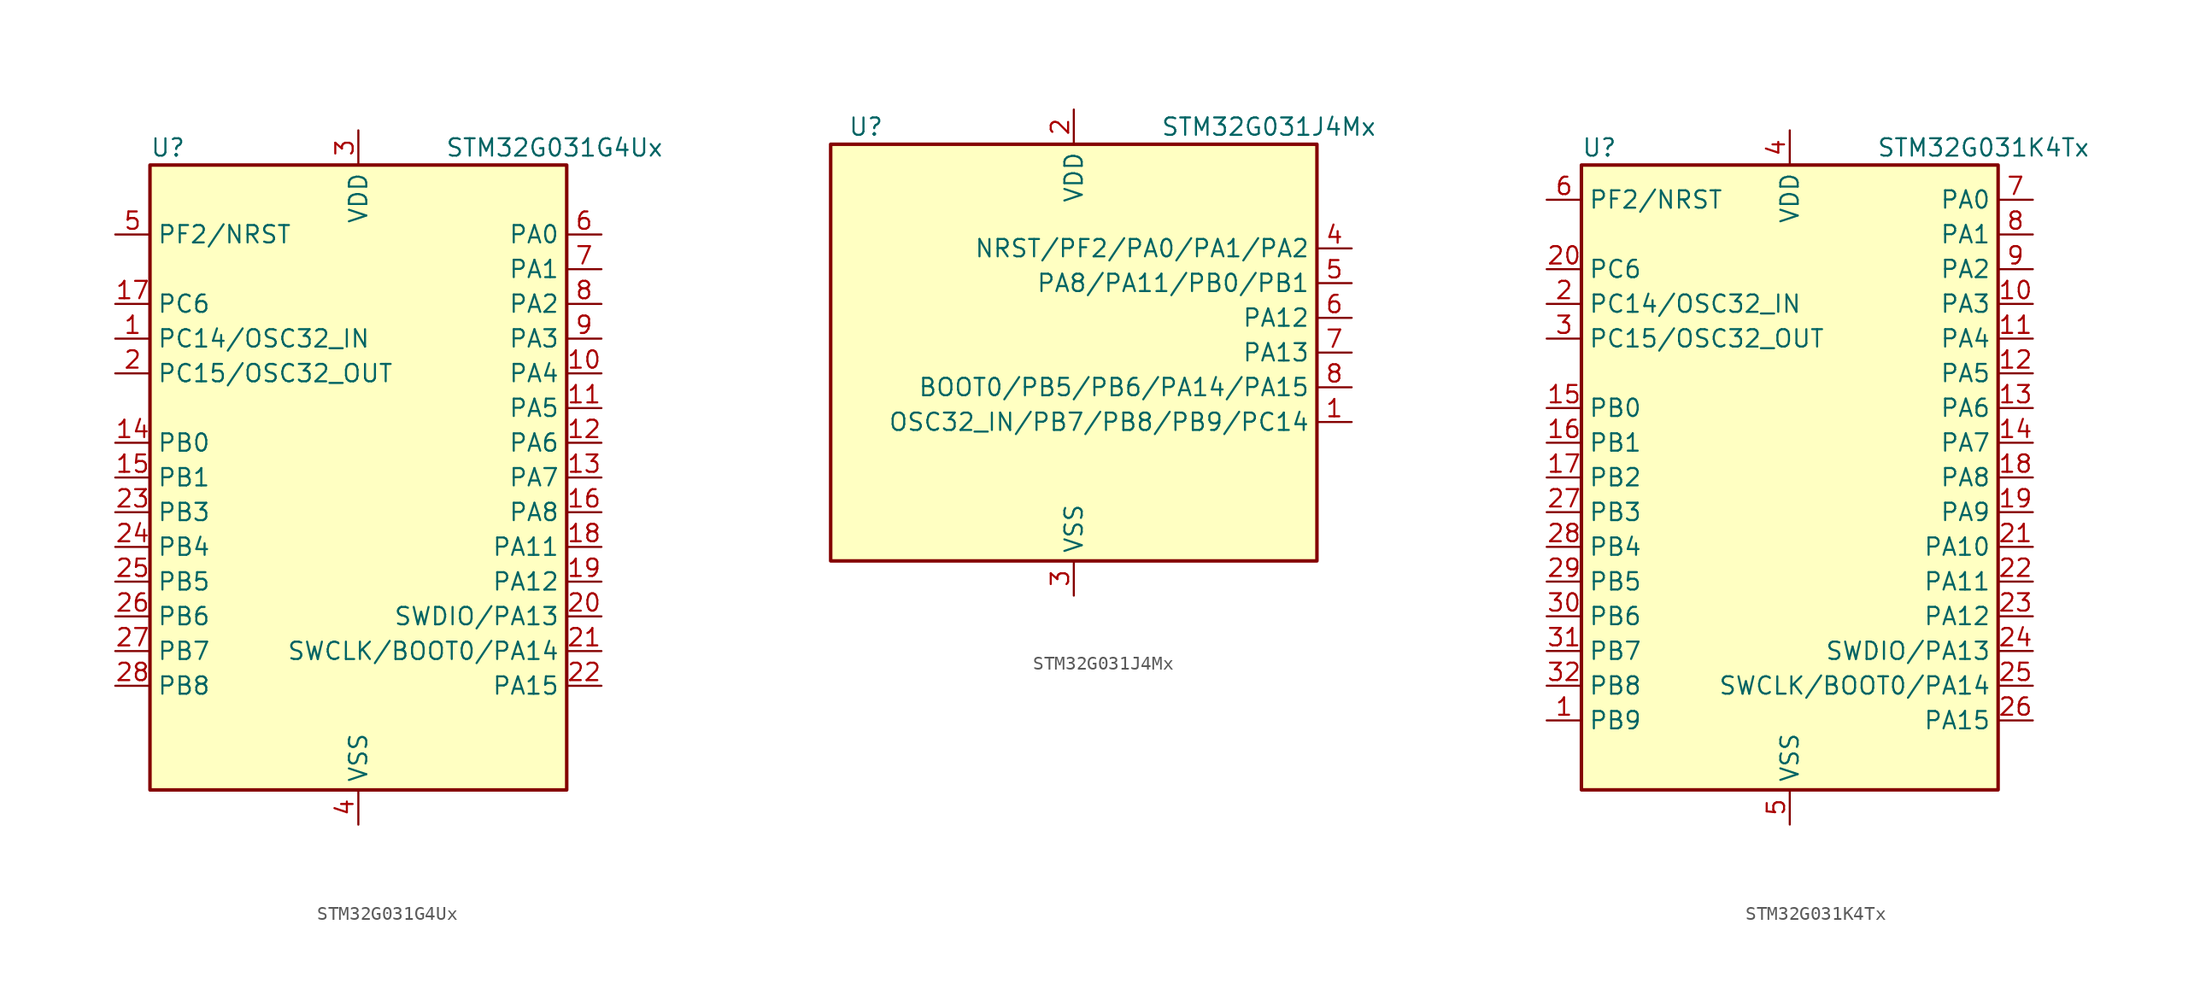
<source format=kicad_sym>
(kicad_symbol_lib
  (version 20211014)
  (generator kicad_symbol_editor)
  (symbol "STM32G031G4Ux"
    (property "Reference" "U"
      (at -15.24 24.13 0)
      (effects (font (size 1.27 1.27)) (justify left)))
    (property "Value" "STM32G031G4Ux"
      (at 6.35 24.13 0)
      (effects (font (size 1.27 1.27)) (justify left)))
    (symbol "STM32G031G4Ux_0_1"
      (rectangle (start -15.24 -22.86) (end 15.24 22.86) (stroke (width 0.254) (type default) (color 0 0 0 0)) (fill (type background))))
    (symbol "STM32G031G4Ux_1_1"
      (pin bidirectional line (at -17.78 10.16 0) (length 2.54) (name "PC14/OSC32_IN" (effects (font (size 1.27 1.27)))) (number "1" (effects (font (size 1.27 1.27)))))
      (pin bidirectional line (at 17.78 7.62 180) (length 2.54) (name "PA4" (effects (font (size 1.27 1.27)))) (number "10" (effects (font (size 1.27 1.27)))))
      (pin bidirectional line (at 17.78 5.08 180) (length 2.54) (name "PA5" (effects (font (size 1.27 1.27)))) (number "11" (effects (font (size 1.27 1.27)))))
      (pin bidirectional line (at 17.78 2.54 180) (length 2.54) (name "PA6" (effects (font (size 1.27 1.27)))) (number "12" (effects (font (size 1.27 1.27)))))
      (pin bidirectional line (at 17.78 0 180) (length 2.54) (name "PA7" (effects (font (size 1.27 1.27)))) (number "13" (effects (font (size 1.27 1.27)))))
      (pin bidirectional line (at -17.78 2.54 0) (length 2.54) (name "PB0" (effects (font (size 1.27 1.27)))) (number "14" (effects (font (size 1.27 1.27)))))
      (pin bidirectional line (at -17.78 0 0) (length 2.54) (name "PB1" (effects (font (size 1.27 1.27)))) (number "15" (effects (font (size 1.27 1.27)))))
      (pin bidirectional line (at 17.78 -2.54 180) (length 2.54) (name "PA8" (effects (font (size 1.27 1.27)))) (number "16" (effects (font (size 1.27 1.27)))))
      (pin bidirectional line (at -17.78 12.7 0) (length 2.54) (name "PC6" (effects (font (size 1.27 1.27)))) (number "17" (effects (font (size 1.27 1.27)))))
      (pin bidirectional line (at 17.78 -5.08 180) (length 2.54) (name "PA11" (effects (font (size 1.27 1.27)))) (number "18" (effects (font (size 1.27 1.27)))))
      (pin bidirectional line (at 17.78 -7.62 180) (length 2.54) (name "PA12" (effects (font (size 1.27 1.27)))) (number "19" (effects (font (size 1.27 1.27)))))
      (pin bidirectional line (at -17.78 7.62 0) (length 2.54) (name "PC15/OSC32_OUT" (effects (font (size 1.27 1.27)))) (number "2" (effects (font (size 1.27 1.27)))))
      (pin bidirectional line (at 17.78 -10.16 180) (length 2.54) (name "SWDIO/PA13" (effects (font (size 1.27 1.27)))) (number "20" (effects (font (size 1.27 1.27)))))
      (pin bidirectional line (at 17.78 -12.7 180) (length 2.54) (name "SWCLK/BOOT0/PA14" (effects (font (size 1.27 1.27)))) (number "21" (effects (font (size 1.27 1.27)))))
      (pin bidirectional line (at 17.78 -15.24 180) (length 2.54) (name "PA15" (effects (font (size 1.27 1.27)))) (number "22" (effects (font (size 1.27 1.27)))))
      (pin bidirectional line (at -17.78 -2.54 0) (length 2.54) (name "PB3" (effects (font (size 1.27 1.27)))) (number "23" (effects (font (size 1.27 1.27)))))
      (pin bidirectional line (at -17.78 -5.08 0) (length 2.54) (name "PB4" (effects (font (size 1.27 1.27)))) (number "24" (effects (font (size 1.27 1.27)))))
      (pin bidirectional line (at -17.78 -7.62 0) (length 2.54) (name "PB5" (effects (font (size 1.27 1.27)))) (number "25" (effects (font (size 1.27 1.27)))))
      (pin bidirectional line (at -17.78 -10.16 0) (length 2.54) (name "PB6" (effects (font (size 1.27 1.27)))) (number "26" (effects (font (size 1.27 1.27)))))
      (pin bidirectional line (at -17.78 -12.7 0) (length 2.54) (name "PB7" (effects (font (size 1.27 1.27)))) (number "27" (effects (font (size 1.27 1.27)))))
      (pin bidirectional line (at -17.78 -15.24 0) (length 2.54) (name "PB8" (effects (font (size 1.27 1.27)))) (number "28" (effects (font (size 1.27 1.27)))))
      (pin power_in line (at 0 25.4 270) (length 2.54) (name "VDD" (effects (font (size 1.27 1.27)))) (number "3" (effects (font (size 1.27 1.27)))))
      (pin power_in line (at 0 -25.4 90) (length 2.54) (name "VSS" (effects (font (size 1.27 1.27)))) (number "4" (effects (font (size 1.27 1.27)))))
      (pin bidirectional line (at -17.78 17.78 0) (length 2.54) (name "PF2/NRST" (effects (font (size 1.27 1.27)))) (number "5" (effects (font (size 1.27 1.27)))))
      (pin bidirectional line (at 17.78 17.78 180) (length 2.54) (name "PA0" (effects (font (size 1.27 1.27)))) (number "6" (effects (font (size 1.27 1.27)))))
      (pin bidirectional line (at 17.78 15.24 180) (length 2.54) (name "PA1" (effects (font (size 1.27 1.27)))) (number "7" (effects (font (size 1.27 1.27)))))
      (pin bidirectional line (at 17.78 12.7 180) (length 2.54) (name "PA2" (effects (font (size 1.27 1.27)))) (number "8" (effects (font (size 1.27 1.27)))))
      (pin bidirectional line (at 17.78 10.16 180) (length 2.54) (name "PA3" (effects (font (size 1.27 1.27)))) (number "9" (effects (font (size 1.27 1.27)))))))
  (symbol "STM32G031J4Mx"
    (property "Reference" "U"
      (at -16.51 16.51 0)
      (effects (font (size 1.27 1.27)) (justify left)))
    (property "Value" "STM32G031J4Mx"
      (at 6.35 16.51 0)
      (effects (font (size 1.27 1.27)) (justify left)))
    (symbol "STM32G031J4Mx_0_1"
      (rectangle (start -17.78 15.24) (end 17.78 -15.24) (stroke (width 0.254) (type default) (color 0 0 0 0)) (fill (type background))))
    (symbol "STM32G031J4Mx_1_1"
      (pin bidirectional line (at 20.32 -5.08 180) (length 2.54) (name "OSC32_IN/PB7/PB8/PB9/PC14" (effects (font (size 1.27 1.27)))) (number "1" (effects (font (size 1.27 1.27)))))
      (pin power_in line (at 0 17.78 270) (length 2.54) (name "VDD" (effects (font (size 1.27 1.27)))) (number "2" (effects (font (size 1.27 1.27)))))
      (pin power_in line (at 0 -17.78 90) (length 2.54) (name "VSS" (effects (font (size 1.27 1.27)))) (number "3" (effects (font (size 1.27 1.27)))))
      (pin bidirectional line (at 20.32 7.62 180) (length 2.54) (name "NRST/PF2/PA0/PA1/PA2" (effects (font (size 1.27 1.27)))) (number "4" (effects (font (size 1.27 1.27)))))
      (pin bidirectional line (at 20.32 5.08 180) (length 2.54) (name "PA8/PA11/PB0/PB1" (effects (font (size 1.27 1.27)))) (number "5" (effects (font (size 1.27 1.27)))))
      (pin bidirectional line (at 20.32 2.54 180) (length 2.54) (name "PA12" (effects (font (size 1.27 1.27)))) (number "6" (effects (font (size 1.27 1.27)))))
      (pin bidirectional line (at 20.32 0 180) (length 2.54) (name "PA13" (effects (font (size 1.27 1.27)))) (number "7" (effects (font (size 1.27 1.27)))))
      (pin bidirectional line (at 20.32 -2.54 180) (length 2.54) (name "BOOT0/PB5/PB6/PA14/PA15" (effects (font (size 1.27 1.27)))) (number "8" (effects (font (size 1.27 1.27)))))))
  (symbol "STM32G031K4Tx"
    (property "Reference" "U"
      (at -15.24 24.13 0)
      (effects (font (size 1.27 1.27)) (justify left)))
    (property "Value" "STM32G031K4Tx"
      (at 6.35 24.13 0)
      (effects (font (size 1.27 1.27)) (justify left)))
    (symbol "STM32G031K4Tx_0_1"
      (rectangle (start -15.24 -22.86) (end 15.24 22.86) (stroke (width 0.254) (type default) (color 0 0 0 0)) (fill (type background))))
    (symbol "STM32G031K4Tx_1_1"
      (pin bidirectional line (at -17.78 -17.78 0) (length 2.54) (name "PB9" (effects (font (size 1.27 1.27)))) (number "1" (effects (font (size 1.27 1.27)))))
      (pin bidirectional line (at 17.78 12.7 180) (length 2.54) (name "PA3" (effects (font (size 1.27 1.27)))) (number "10" (effects (font (size 1.27 1.27)))))
      (pin bidirectional line (at 17.78 10.16 180) (length 2.54) (name "PA4" (effects (font (size 1.27 1.27)))) (number "11" (effects (font (size 1.27 1.27)))))
      (pin bidirectional line (at 17.78 7.62 180) (length 2.54) (name "PA5" (effects (font (size 1.27 1.27)))) (number "12" (effects (font (size 1.27 1.27)))))
      (pin bidirectional line (at 17.78 5.08 180) (length 2.54) (name "PA6" (effects (font (size 1.27 1.27)))) (number "13" (effects (font (size 1.27 1.27)))))
      (pin bidirectional line (at 17.78 2.54 180) (length 2.54) (name "PA7" (effects (font (size 1.27 1.27)))) (number "14" (effects (font (size 1.27 1.27)))))
      (pin bidirectional line (at -17.78 5.08 0) (length 2.54) (name "PB0" (effects (font (size 1.27 1.27)))) (number "15" (effects (font (size 1.27 1.27)))))
      (pin bidirectional line (at -17.78 2.54 0) (length 2.54) (name "PB1" (effects (font (size 1.27 1.27)))) (number "16" (effects (font (size 1.27 1.27)))))
      (pin bidirectional line (at -17.78 0 0) (length 2.54) (name "PB2" (effects (font (size 1.27 1.27)))) (number "17" (effects (font (size 1.27 1.27)))))
      (pin bidirectional line (at 17.78 0 180) (length 2.54) (name "PA8" (effects (font (size 1.27 1.27)))) (number "18" (effects (font (size 1.27 1.27)))))
      (pin bidirectional line (at 17.78 -2.54 180) (length 2.54) (name "PA9" (effects (font (size 1.27 1.27)))) (number "19" (effects (font (size 1.27 1.27)))))
      (pin bidirectional line (at -17.78 12.7 0) (length 2.54) (name "PC14/OSC32_IN" (effects (font (size 1.27 1.27)))) (number "2" (effects (font (size 1.27 1.27)))))
      (pin bidirectional line (at -17.78 15.24 0) (length 2.54) (name "PC6" (effects (font (size 1.27 1.27)))) (number "20" (effects (font (size 1.27 1.27)))))
      (pin bidirectional line (at 17.78 -5.08 180) (length 2.54) (name "PA10" (effects (font (size 1.27 1.27)))) (number "21" (effects (font (size 1.27 1.27)))))
      (pin bidirectional line (at 17.78 -7.62 180) (length 2.54) (name "PA11" (effects (font (size 1.27 1.27)))) (number "22" (effects (font (size 1.27 1.27)))))
      (pin bidirectional line (at 17.78 -10.16 180) (length 2.54) (name "PA12" (effects (font (size 1.27 1.27)))) (number "23" (effects (font (size 1.27 1.27)))))
      (pin bidirectional line (at 17.78 -12.7 180) (length 2.54) (name "SWDIO/PA13" (effects (font (size 1.27 1.27)))) (number "24" (effects (font (size 1.27 1.27)))))
      (pin bidirectional line (at 17.78 -15.24 180) (length 2.54) (name "SWCLK/BOOT0/PA14" (effects (font (size 1.27 1.27)))) (number "25" (effects (font (size 1.27 1.27)))))
      (pin bidirectional line (at 17.78 -17.78 180) (length 2.54) (name "PA15" (effects (font (size 1.27 1.27)))) (number "26" (effects (font (size 1.27 1.27)))))
      (pin bidirectional line (at -17.78 -2.54 0) (length 2.54) (name "PB3" (effects (font (size 1.27 1.27)))) (number "27" (effects (font (size 1.27 1.27)))))
      (pin bidirectional line (at -17.78 -5.08 0) (length 2.54) (name "PB4" (effects (font (size 1.27 1.27)))) (number "28" (effects (font (size 1.27 1.27)))))
      (pin bidirectional line (at -17.78 -7.62 0) (length 2.54) (name "PB5" (effects (font (size 1.27 1.27)))) (number "29" (effects (font (size 1.27 1.27)))))
      (pin bidirectional line (at -17.78 10.16 0) (length 2.54) (name "PC15/OSC32_OUT" (effects (font (size 1.27 1.27)))) (number "3" (effects (font (size 1.27 1.27)))))
      (pin bidirectional line (at -17.78 -10.16 0) (length 2.54) (name "PB6" (effects (font (size 1.27 1.27)))) (number "30" (effects (font (size 1.27 1.27)))))
      (pin bidirectional line (at -17.78 -12.7 0) (length 2.54) (name "PB7" (effects (font (size 1.27 1.27)))) (number "31" (effects (font (size 1.27 1.27)))))
      (pin bidirectional line (at -17.78 -15.24 0) (length 2.54) (name "PB8" (effects (font (size 1.27 1.27)))) (number "32" (effects (font (size 1.27 1.27)))))
      (pin power_in line (at 0 25.4 270) (length 2.54) (name "VDD" (effects (font (size 1.27 1.27)))) (number "4" (effects (font (size 1.27 1.27)))))
      (pin power_in line (at 0 -25.4 90) (length 2.54) (name "VSS" (effects (font (size 1.27 1.27)))) (number "5" (effects (font (size 1.27 1.27)))))
      (pin bidirectional line (at -17.78 20.32 0) (length 2.54) (name "PF2/NRST" (effects (font (size 1.27 1.27)))) (number "6" (effects (font (size 1.27 1.27)))))
      (pin bidirectional line (at 17.78 20.32 180) (length 2.54) (name "PA0" (effects (font (size 1.27 1.27)))) (number "7" (effects (font (size 1.27 1.27)))))
      (pin bidirectional line (at 17.78 17.78 180) (length 2.54) (name "PA1" (effects (font (size 1.27 1.27)))) (number "8" (effects (font (size 1.27 1.27)))))
      (pin bidirectional line (at 17.78 15.24 180) (length 2.54) (name "PA2" (effects (font (size 1.27 1.27)))) (number "9" (effects (font (size 1.27 1.27))))))))
</source>
